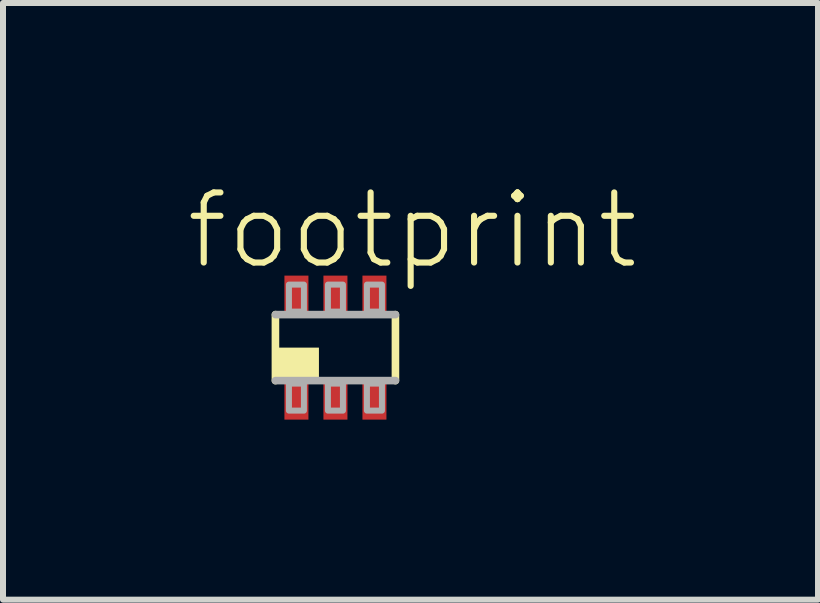
<source format=kicad_pcb>
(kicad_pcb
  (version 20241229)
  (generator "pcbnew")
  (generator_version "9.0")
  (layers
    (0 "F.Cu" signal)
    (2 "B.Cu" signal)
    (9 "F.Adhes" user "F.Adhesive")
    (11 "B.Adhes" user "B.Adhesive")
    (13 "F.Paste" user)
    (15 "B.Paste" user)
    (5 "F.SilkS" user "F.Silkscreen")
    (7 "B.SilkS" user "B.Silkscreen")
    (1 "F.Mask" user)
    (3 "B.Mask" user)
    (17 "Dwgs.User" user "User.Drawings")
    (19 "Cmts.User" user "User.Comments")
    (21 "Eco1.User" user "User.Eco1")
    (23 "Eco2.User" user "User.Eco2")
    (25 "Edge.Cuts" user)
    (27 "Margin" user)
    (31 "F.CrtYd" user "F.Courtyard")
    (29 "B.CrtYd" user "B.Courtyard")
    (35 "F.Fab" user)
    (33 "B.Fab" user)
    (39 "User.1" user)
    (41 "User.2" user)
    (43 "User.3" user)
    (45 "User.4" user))
  (footprint "footprint"
    (layer "F.Cu")
    (at 2.54 2.743)
    (property "Reference" "footprint" (at -2.54 -1.27 0) (layer "F.SilkS") (effects (font (size 1.168 1.168) (thickness 0.102)) (justify left bottom)))
    (fp_line (start -1 -0.55) (end -1 0.55) (stroke (width 0.127) (type solid)) (layer "F.SilkS"))
    (fp_line (start 1 0.55) (end 1 -0.55) (stroke (width 0.127) (type solid)) (layer "F.SilkS"))
    (fp_poly (pts (xy -0.95 0.5) (xy -0.275 0.5) (xy -0.275 0) (xy -0.95 0)) (stroke (width 0) (type solid)) (fill yes) (layer "F.SilkS"))
    (fp_line (start -1 0.55) (end 1 0.55) (stroke (width 0.127) (type solid)) (layer "F.Fab"))
    (fp_line (start 1 -0.55) (end -1 -0.55) (stroke (width 0.127) (type solid)) (layer "F.Fab"))
    (fp_poly (pts (xy -0.775 -0.6) (xy -0.525 -0.6) (xy -0.525 -1.05) (xy -0.775 -1.05)) (stroke (width 0.1) (type solid)) (fill no) (layer "F.Fab"))
    (fp_poly (pts (xy -0.775 1.05) (xy -0.525 1.05) (xy -0.525 0.6) (xy -0.775 0.6)) (stroke (width 0.1) (type solid)) (fill no) (layer "F.Fab"))
    (fp_poly (pts (xy -0.125 -0.6) (xy 0.125 -0.6) (xy 0.125 -1.05) (xy -0.125 -1.05)) (stroke (width 0.1) (type solid)) (fill no) (layer "F.Fab"))
    (fp_poly (pts (xy -0.125 1.05) (xy 0.125 1.05) (xy 0.125 0.6) (xy -0.125 0.6)) (stroke (width 0.1) (type solid)) (fill no) (layer "F.Fab"))
    (fp_poly (pts (xy 0.525 -0.6) (xy 0.775 -0.6) (xy 0.775 -1.05) (xy 0.525 -1.05)) (stroke (width 0.1) (type solid)) (fill no) (layer "F.Fab"))
    (fp_poly (pts (xy 0.525 1.05) (xy 0.775 1.05) (xy 0.775 0.6) (xy 0.525 0.6)) (stroke (width 0.1) (type solid)) (fill no) (layer "F.Fab"))
    (pad "1" smd rect (at -0.65 0.85) (size 0.4 0.7) (layers "F.Cu" "F.Mask" "F.Paste"))
    (pad "2" smd rect (at 0 0.85) (size 0.4 0.7) (layers "F.Cu" "F.Mask" "F.Paste"))
    (pad "3" smd rect (at 0.65 0.85) (size 0.4 0.7) (layers "F.Cu" "F.Mask" "F.Paste"))
    (pad "4" smd rect (at 0.65 -0.85) (size 0.4 0.7) (layers "F.Cu" "F.Mask" "F.Paste"))
    (pad "5" smd rect (at 0 -0.85) (size 0.4 0.7) (layers "F.Cu" "F.Mask" "F.Paste"))
    (pad "6" smd rect (at -0.65 -0.85) (size 0.4 0.7) (layers "F.Cu" "F.Mask" "F.Paste")))
  (gr_rect
    (start -3 -3)
    (end 10.582 6.943)
    (stroke (width 0.1) (type default))
    (fill no)
    (layer "Edge.Cuts")))
</source>
